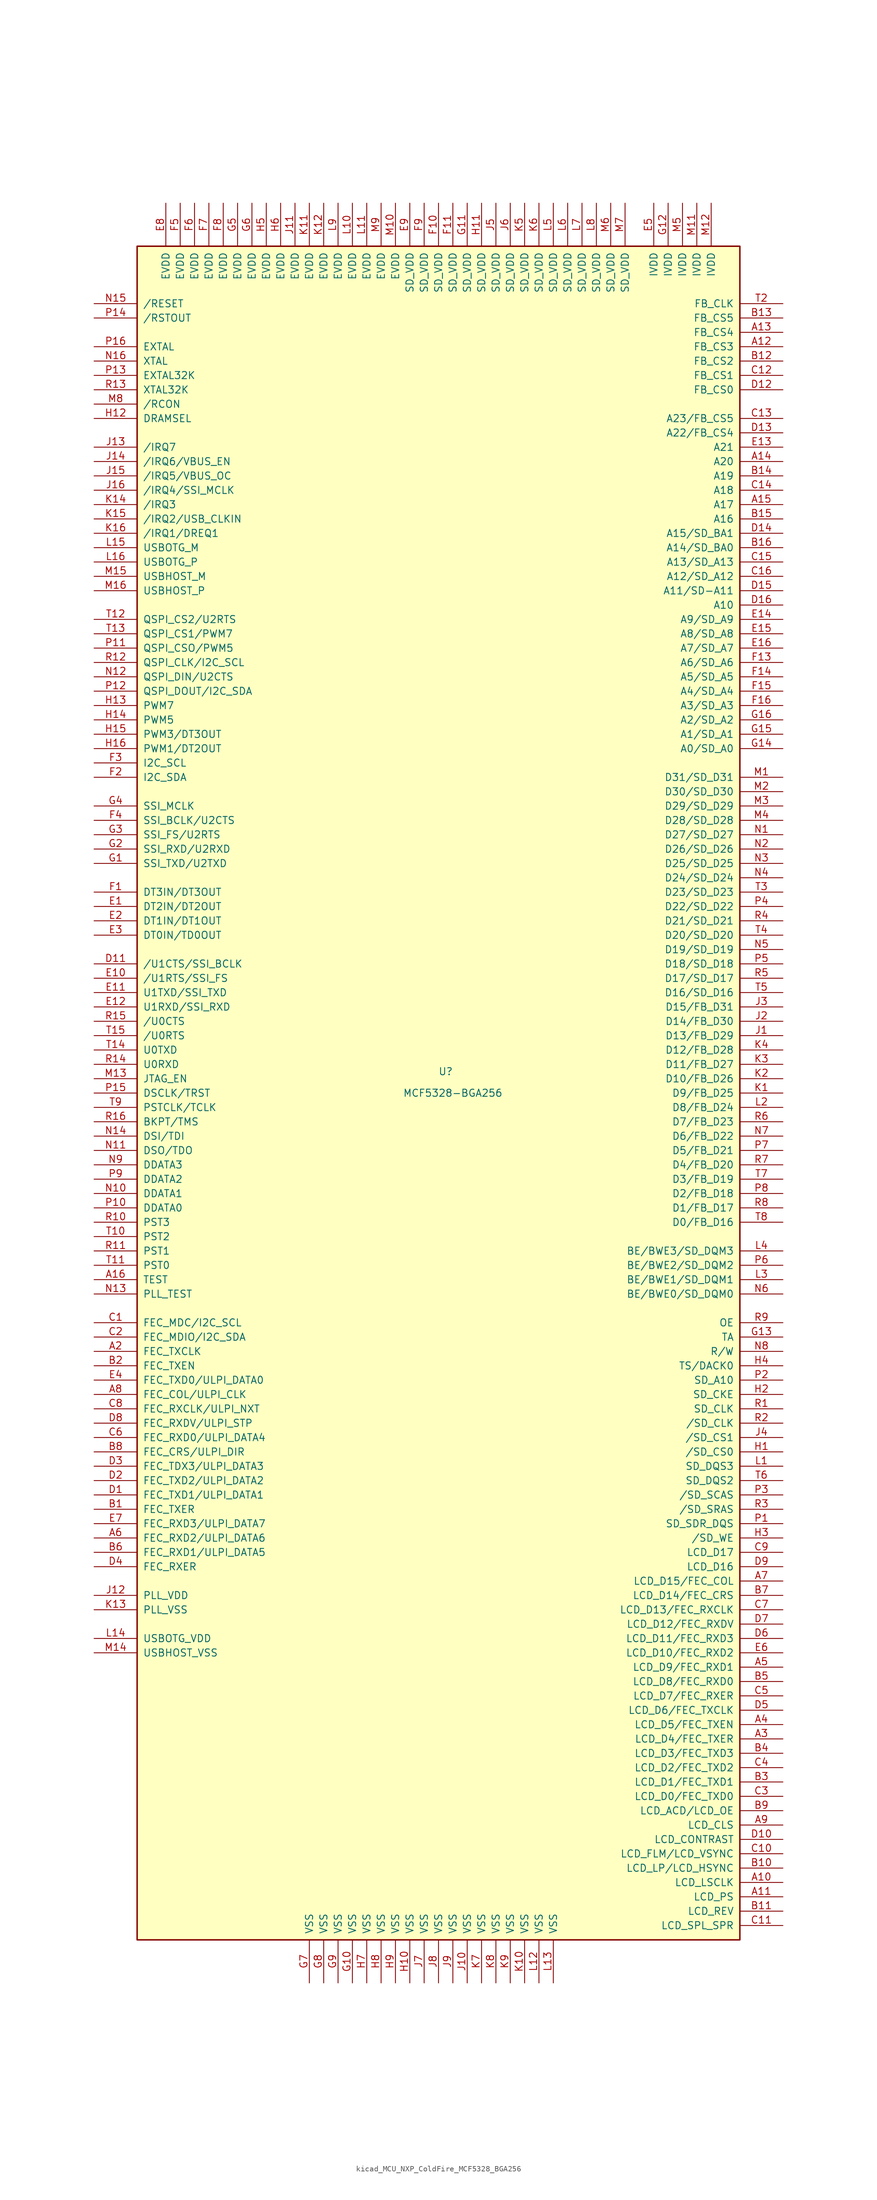
<source format=kicad_sym>
(kicad_symbol_lib
  (version 20220914)
  (generator kicad_symbol_editor)
  (symbol "kicad_MCU_NXP_ColdFire_MCF5328_BGA256"
    (pin_names
      (offset 1.016))
    (property "Reference" "U"
      (at 1.27 3.81 0)
      (effects (font (size 1.27 1.27))))
    (property "Value" "MCF5328-BGA256"
      (at 2.54 0 0)
      (effects (font (size 1.27 1.27))))
    (symbol "kicad_MCU_NXP_ColdFire_MCF5328_BGA256_0_1"
      (rectangle (start -53.34 149.86) (end 53.34 -149.86) (stroke (width 0.254) (type default)) (fill (type background))))
    (symbol "kicad_MCU_NXP_ColdFire_MCF5328_BGA256_1_1"
      (pin output line (at 60.96 -139.7 180) (length 7.62) (name "LCD_LSCLK" (effects (font (size 1.27 1.27)))) (number "A10" (effects (font (size 1.27 1.27)))))
      (pin output line (at 60.96 -142.24 180) (length 7.62) (name "LCD_PS" (effects (font (size 1.27 1.27)))) (number "A11" (effects (font (size 1.27 1.27)))))
      (pin output line (at 60.96 132.08 180) (length 7.62) (name "FB_CS3" (effects (font (size 1.27 1.27)))) (number "A12" (effects (font (size 1.27 1.27)))))
      (pin output line (at 60.96 134.62 180) (length 7.62) (name "FB_CS4" (effects (font (size 1.27 1.27)))) (number "A13" (effects (font (size 1.27 1.27)))))
      (pin output line (at 60.96 111.76 180) (length 7.62) (name "A20" (effects (font (size 1.27 1.27)))) (number "A14" (effects (font (size 1.27 1.27)))))
      (pin output line (at 60.96 104.14 180) (length 7.62) (name "A17" (effects (font (size 1.27 1.27)))) (number "A15" (effects (font (size 1.27 1.27)))))
      (pin input line (at -60.96 -33.02 0) (length 7.62) (name "TEST" (effects (font (size 1.27 1.27)))) (number "A16" (effects (font (size 1.27 1.27)))))
      (pin input line (at -60.96 -45.72 0) (length 7.62) (name "FEC_TXCLK" (effects (font (size 1.27 1.27)))) (number "A2" (effects (font (size 1.27 1.27)))))
      (pin output line (at 60.96 -114.3 180) (length 7.62) (name "LCD_D4/FEC_TXER" (effects (font (size 1.27 1.27)))) (number "A3" (effects (font (size 1.27 1.27)))))
      (pin output line (at 60.96 -111.76 180) (length 7.62) (name "LCD_D5/FEC_TXEN" (effects (font (size 1.27 1.27)))) (number "A4" (effects (font (size 1.27 1.27)))))
      (pin output line (at 60.96 -101.6 180) (length 7.62) (name "LCD_D9/FEC_RXD1" (effects (font (size 1.27 1.27)))) (number "A5" (effects (font (size 1.27 1.27)))))
      (pin input line (at -60.96 -78.74 0) (length 7.62) (name "FEC_RXD2/ULPI_DATA6" (effects (font (size 1.27 1.27)))) (number "A6" (effects (font (size 1.27 1.27)))))
      (pin output line (at 60.96 -86.36 180) (length 7.62) (name "LCD_D15/FEC_COL" (effects (font (size 1.27 1.27)))) (number "A7" (effects (font (size 1.27 1.27)))))
      (pin input line (at -60.96 -53.34 0) (length 7.62) (name "FEC_COL/ULPI_CLK" (effects (font (size 1.27 1.27)))) (number "A8" (effects (font (size 1.27 1.27)))))
      (pin output line (at 60.96 -129.54 180) (length 7.62) (name "LCD_CLS" (effects (font (size 1.27 1.27)))) (number "A9" (effects (font (size 1.27 1.27)))))
      (pin output line (at -60.96 -73.66 0) (length 7.62) (name "FEC_TXER" (effects (font (size 1.27 1.27)))) (number "B1" (effects (font (size 1.27 1.27)))))
      (pin output line (at 60.96 -137.16 180) (length 7.62) (name "LCD_LP/LCD_HSYNC" (effects (font (size 1.27 1.27)))) (number "B10" (effects (font (size 1.27 1.27)))))
      (pin output line (at 60.96 -144.78 180) (length 7.62) (name "LCD_REV" (effects (font (size 1.27 1.27)))) (number "B11" (effects (font (size 1.27 1.27)))))
      (pin output line (at 60.96 129.54 180) (length 7.62) (name "FB_CS2" (effects (font (size 1.27 1.27)))) (number "B12" (effects (font (size 1.27 1.27)))))
      (pin output line (at 60.96 137.16 180) (length 7.62) (name "FB_CS5" (effects (font (size 1.27 1.27)))) (number "B13" (effects (font (size 1.27 1.27)))))
      (pin output line (at 60.96 109.22 180) (length 7.62) (name "A19" (effects (font (size 1.27 1.27)))) (number "B14" (effects (font (size 1.27 1.27)))))
      (pin output line (at 60.96 101.6 180) (length 7.62) (name "A16" (effects (font (size 1.27 1.27)))) (number "B15" (effects (font (size 1.27 1.27)))))
      (pin output line (at 60.96 96.52 180) (length 7.62) (name "A14/SD_BA0" (effects (font (size 1.27 1.27)))) (number "B16" (effects (font (size 1.27 1.27)))))
      (pin output line (at -60.96 -48.26 0) (length 7.62) (name "FEC_TXEN" (effects (font (size 1.27 1.27)))) (number "B2" (effects (font (size 1.27 1.27)))))
      (pin output line (at 60.96 -121.92 180) (length 7.62) (name "LCD_D1/FEC_TXD1" (effects (font (size 1.27 1.27)))) (number "B3" (effects (font (size 1.27 1.27)))))
      (pin output line (at 60.96 -116.84 180) (length 7.62) (name "LCD_D3/FEC_TXD3" (effects (font (size 1.27 1.27)))) (number "B4" (effects (font (size 1.27 1.27)))))
      (pin output line (at 60.96 -104.14 180) (length 7.62) (name "LCD_D8/FEC_RXD0" (effects (font (size 1.27 1.27)))) (number "B5" (effects (font (size 1.27 1.27)))))
      (pin input line (at -60.96 -81.28 0) (length 7.62) (name "FEC_RXD1/ULPI_DATA5" (effects (font (size 1.27 1.27)))) (number "B6" (effects (font (size 1.27 1.27)))))
      (pin output line (at 60.96 -88.9 180) (length 7.62) (name "LCD_D14/FEC_CRS" (effects (font (size 1.27 1.27)))) (number "B7" (effects (font (size 1.27 1.27)))))
      (pin input line (at -60.96 -63.5 0) (length 7.62) (name "FEC_CRS/ULPI_DIR" (effects (font (size 1.27 1.27)))) (number "B8" (effects (font (size 1.27 1.27)))))
      (pin output line (at 60.96 -127 180) (length 7.62) (name "LCD_ACD/LCD_OE" (effects (font (size 1.27 1.27)))) (number "B9" (effects (font (size 1.27 1.27)))))
      (pin output line (at -60.96 -40.64 0) (length 7.62) (name "FEC_MDC/I2C_SCL" (effects (font (size 1.27 1.27)))) (number "C1" (effects (font (size 1.27 1.27)))))
      (pin output line (at 60.96 -134.62 180) (length 7.62) (name "LCD_FLM/LCD_VSYNC" (effects (font (size 1.27 1.27)))) (number "C10" (effects (font (size 1.27 1.27)))))
      (pin output line (at 60.96 -147.32 180) (length 7.62) (name "LCD_SPL_SPR" (effects (font (size 1.27 1.27)))) (number "C11" (effects (font (size 1.27 1.27)))))
      (pin output line (at 60.96 127 180) (length 7.62) (name "FB_CS1" (effects (font (size 1.27 1.27)))) (number "C12" (effects (font (size 1.27 1.27)))))
      (pin output line (at 60.96 119.38 180) (length 7.62) (name "A23/FB_CS5" (effects (font (size 1.27 1.27)))) (number "C13" (effects (font (size 1.27 1.27)))))
      (pin output line (at 60.96 106.68 180) (length 7.62) (name "A18" (effects (font (size 1.27 1.27)))) (number "C14" (effects (font (size 1.27 1.27)))))
      (pin output line (at 60.96 93.98 180) (length 7.62) (name "A13/SD_A13" (effects (font (size 1.27 1.27)))) (number "C15" (effects (font (size 1.27 1.27)))))
      (pin output line (at 60.96 91.44 180) (length 7.62) (name "A12/SD_A12" (effects (font (size 1.27 1.27)))) (number "C16" (effects (font (size 1.27 1.27)))))
      (pin bidirectional line (at -60.96 -43.18 0) (length 7.62) (name "FEC_MDIO/I2C_SDA" (effects (font (size 1.27 1.27)))) (number "C2" (effects (font (size 1.27 1.27)))))
      (pin output line (at 60.96 -124.46 180) (length 7.62) (name "LCD_D0/FEC_TXD0" (effects (font (size 1.27 1.27)))) (number "C3" (effects (font (size 1.27 1.27)))))
      (pin output line (at 60.96 -119.38 180) (length 7.62) (name "LCD_D2/FEC_TXD2" (effects (font (size 1.27 1.27)))) (number "C4" (effects (font (size 1.27 1.27)))))
      (pin output line (at 60.96 -106.68 180) (length 7.62) (name "LCD_D7/FEC_RXER" (effects (font (size 1.27 1.27)))) (number "C5" (effects (font (size 1.27 1.27)))))
      (pin input line (at -60.96 -60.96 0) (length 7.62) (name "FEC_RXD0/ULPI_DATA4" (effects (font (size 1.27 1.27)))) (number "C6" (effects (font (size 1.27 1.27)))))
      (pin output line (at 60.96 -91.44 180) (length 7.62) (name "LCD_D13/FEC_RXCLK" (effects (font (size 1.27 1.27)))) (number "C7" (effects (font (size 1.27 1.27)))))
      (pin input line (at -60.96 -55.88 0) (length 7.62) (name "FEC_RXCLK/ULPI_NXT" (effects (font (size 1.27 1.27)))) (number "C8" (effects (font (size 1.27 1.27)))))
      (pin output line (at 60.96 -81.28 180) (length 7.62) (name "LCD_D17" (effects (font (size 1.27 1.27)))) (number "C9" (effects (font (size 1.27 1.27)))))
      (pin output line (at -60.96 -71.12 0) (length 7.62) (name "FEC_TXD1/ULPI_DATA1" (effects (font (size 1.27 1.27)))) (number "D1" (effects (font (size 1.27 1.27)))))
      (pin output line (at 60.96 -132.08 180) (length 7.62) (name "LCD_CONTRAST" (effects (font (size 1.27 1.27)))) (number "D10" (effects (font (size 1.27 1.27)))))
      (pin input line (at -60.96 22.86 0) (length 7.62) (name "/U1CTS/SSI_BCLK" (effects (font (size 1.27 1.27)))) (number "D11" (effects (font (size 1.27 1.27)))))
      (pin output line (at 60.96 124.46 180) (length 7.62) (name "FB_CS0" (effects (font (size 1.27 1.27)))) (number "D12" (effects (font (size 1.27 1.27)))))
      (pin output line (at 60.96 116.84 180) (length 7.62) (name "A22/FB_CS4" (effects (font (size 1.27 1.27)))) (number "D13" (effects (font (size 1.27 1.27)))))
      (pin output line (at 60.96 99.06 180) (length 7.62) (name "A15/SD_BA1" (effects (font (size 1.27 1.27)))) (number "D14" (effects (font (size 1.27 1.27)))))
      (pin output line (at 60.96 88.9 180) (length 7.62) (name "A11/SD-A11" (effects (font (size 1.27 1.27)))) (number "D15" (effects (font (size 1.27 1.27)))))
      (pin output line (at 60.96 86.36 180) (length 7.62) (name "A10" (effects (font (size 1.27 1.27)))) (number "D16" (effects (font (size 1.27 1.27)))))
      (pin output line (at -60.96 -68.58 0) (length 7.62) (name "FEC_TXD2/ULPI_DATA2" (effects (font (size 1.27 1.27)))) (number "D2" (effects (font (size 1.27 1.27)))))
      (pin output line (at -60.96 -66.04 0) (length 7.62) (name "FEC_TDX3/ULPI_DATA3" (effects (font (size 1.27 1.27)))) (number "D3" (effects (font (size 1.27 1.27)))))
      (pin input line (at -60.96 -83.82 0) (length 7.62) (name "FEC_RXER" (effects (font (size 1.27 1.27)))) (number "D4" (effects (font (size 1.27 1.27)))))
      (pin output line (at 60.96 -109.22 180) (length 7.62) (name "LCD_D6/FEC_TXCLK" (effects (font (size 1.27 1.27)))) (number "D5" (effects (font (size 1.27 1.27)))))
      (pin output line (at 60.96 -96.52 180) (length 7.62) (name "LCD_D11/FEC_RXD3" (effects (font (size 1.27 1.27)))) (number "D6" (effects (font (size 1.27 1.27)))))
      (pin output line (at 60.96 -93.98 180) (length 7.62) (name "LCD_D12/FEC_RXDV" (effects (font (size 1.27 1.27)))) (number "D7" (effects (font (size 1.27 1.27)))))
      (pin input line (at -60.96 -58.42 0) (length 7.62) (name "FEC_RXDV/ULPI_STP" (effects (font (size 1.27 1.27)))) (number "D8" (effects (font (size 1.27 1.27)))))
      (pin output line (at 60.96 -83.82 180) (length 7.62) (name "LCD_D16" (effects (font (size 1.27 1.27)))) (number "D9" (effects (font (size 1.27 1.27)))))
      (pin input line (at -60.96 33.02 0) (length 7.62) (name "DT2IN/DT2OUT" (effects (font (size 1.27 1.27)))) (number "E1" (effects (font (size 1.27 1.27)))))
      (pin output line (at -60.96 20.32 0) (length 7.62) (name "/U1RTS/SSI_FS" (effects (font (size 1.27 1.27)))) (number "E10" (effects (font (size 1.27 1.27)))))
      (pin output line (at -60.96 17.78 0) (length 7.62) (name "U1TXD/SSI_TXD" (effects (font (size 1.27 1.27)))) (number "E11" (effects (font (size 1.27 1.27)))))
      (pin input line (at -60.96 15.24 0) (length 7.62) (name "U1RXD/SSI_RXD" (effects (font (size 1.27 1.27)))) (number "E12" (effects (font (size 1.27 1.27)))))
      (pin output line (at 60.96 114.3 180) (length 7.62) (name "A21" (effects (font (size 1.27 1.27)))) (number "E13" (effects (font (size 1.27 1.27)))))
      (pin output line (at 60.96 83.82 180) (length 7.62) (name "A9/SD_A9" (effects (font (size 1.27 1.27)))) (number "E14" (effects (font (size 1.27 1.27)))))
      (pin output line (at 60.96 81.28 180) (length 7.62) (name "A8/SD_A8" (effects (font (size 1.27 1.27)))) (number "E15" (effects (font (size 1.27 1.27)))))
      (pin output line (at 60.96 78.74 180) (length 7.62) (name "A7/SD_A7" (effects (font (size 1.27 1.27)))) (number "E16" (effects (font (size 1.27 1.27)))))
      (pin input line (at -60.96 30.48 0) (length 7.62) (name "DT1IN/DT1OUT" (effects (font (size 1.27 1.27)))) (number "E2" (effects (font (size 1.27 1.27)))))
      (pin input line (at -60.96 27.94 0) (length 7.62) (name "DT0IN/TD0OUT" (effects (font (size 1.27 1.27)))) (number "E3" (effects (font (size 1.27 1.27)))))
      (pin output line (at -60.96 -50.8 0) (length 7.62) (name "FEC_TXD0/ULPI_DATA0" (effects (font (size 1.27 1.27)))) (number "E4" (effects (font (size 1.27 1.27)))))
      (pin power_in line (at 38.1 157.48 270) (length 7.62) (name "IVDD" (effects (font (size 1.27 1.27)))) (number "E5" (effects (font (size 1.27 1.27)))))
      (pin output line (at 60.96 -99.06 180) (length 7.62) (name "LCD_D10/FEC_RXD2" (effects (font (size 1.27 1.27)))) (number "E6" (effects (font (size 1.27 1.27)))))
      (pin input line (at -60.96 -76.2 0) (length 7.62) (name "FEC_RXD3/ULPI_DATA7" (effects (font (size 1.27 1.27)))) (number "E7" (effects (font (size 1.27 1.27)))))
      (pin power_in line (at -48.26 157.48 270) (length 7.62) (name "EVDD" (effects (font (size 1.27 1.27)))) (number "E8" (effects (font (size 1.27 1.27)))))
      (pin power_in line (at -5.08 157.48 270) (length 7.62) (name "SD_VDD" (effects (font (size 1.27 1.27)))) (number "E9" (effects (font (size 1.27 1.27)))))
      (pin input line (at -60.96 35.56 0) (length 7.62) (name "DT3IN/DT3OUT" (effects (font (size 1.27 1.27)))) (number "F1" (effects (font (size 1.27 1.27)))))
      (pin power_in line (at 0 157.48 270) (length 7.62) (name "SD_VDD" (effects (font (size 1.27 1.27)))) (number "F10" (effects (font (size 1.27 1.27)))))
      (pin power_in line (at 2.54 157.48 270) (length 7.62) (name "SD_VDD" (effects (font (size 1.27 1.27)))) (number "F11" (effects (font (size 1.27 1.27)))))
      (pin output line (at 60.96 76.2 180) (length 7.62) (name "A6/SD_A6" (effects (font (size 1.27 1.27)))) (number "F13" (effects (font (size 1.27 1.27)))))
      (pin output line (at 60.96 73.66 180) (length 7.62) (name "A5/SD_A5" (effects (font (size 1.27 1.27)))) (number "F14" (effects (font (size 1.27 1.27)))))
      (pin output line (at 60.96 71.12 180) (length 7.62) (name "A4/SD_A4" (effects (font (size 1.27 1.27)))) (number "F15" (effects (font (size 1.27 1.27)))))
      (pin output line (at 60.96 68.58 180) (length 7.62) (name "A3/SD_A3" (effects (font (size 1.27 1.27)))) (number "F16" (effects (font (size 1.27 1.27)))))
      (pin bidirectional line (at -60.96 55.88 0) (length 7.62) (name "I2C_SDA" (effects (font (size 1.27 1.27)))) (number "F2" (effects (font (size 1.27 1.27)))))
      (pin bidirectional line (at -60.96 58.42 0) (length 7.62) (name "I2C_SCL" (effects (font (size 1.27 1.27)))) (number "F3" (effects (font (size 1.27 1.27)))))
      (pin bidirectional line (at -60.96 48.26 0) (length 7.62) (name "SSI_BCLK/U2CTS" (effects (font (size 1.27 1.27)))) (number "F4" (effects (font (size 1.27 1.27)))))
      (pin power_in line (at -45.72 157.48 270) (length 7.62) (name "EVDD" (effects (font (size 1.27 1.27)))) (number "F5" (effects (font (size 1.27 1.27)))))
      (pin power_in line (at -43.18 157.48 270) (length 7.62) (name "EVDD" (effects (font (size 1.27 1.27)))) (number "F6" (effects (font (size 1.27 1.27)))))
      (pin power_in line (at -40.64 157.48 270) (length 7.62) (name "EVDD" (effects (font (size 1.27 1.27)))) (number "F7" (effects (font (size 1.27 1.27)))))
      (pin power_in line (at -38.1 157.48 270) (length 7.62) (name "EVDD" (effects (font (size 1.27 1.27)))) (number "F8" (effects (font (size 1.27 1.27)))))
      (pin power_in line (at -2.54 157.48 270) (length 7.62) (name "SD_VDD" (effects (font (size 1.27 1.27)))) (number "F9" (effects (font (size 1.27 1.27)))))
      (pin output line (at -60.96 40.64 0) (length 7.62) (name "SSI_TXD/U2TXD" (effects (font (size 1.27 1.27)))) (number "G1" (effects (font (size 1.27 1.27)))))
      (pin power_in line (at -15.24 -157.48 90) (length 7.62) (name "VSS" (effects (font (size 1.27 1.27)))) (number "G10" (effects (font (size 1.27 1.27)))))
      (pin power_in line (at 5.08 157.48 270) (length 7.62) (name "SD_VDD" (effects (font (size 1.27 1.27)))) (number "G11" (effects (font (size 1.27 1.27)))))
      (pin power_in line (at 40.64 157.48 270) (length 7.62) (name "IVDD" (effects (font (size 1.27 1.27)))) (number "G12" (effects (font (size 1.27 1.27)))))
      (pin input line (at 60.96 -43.18 180) (length 7.62) (name "TA" (effects (font (size 1.27 1.27)))) (number "G13" (effects (font (size 1.27 1.27)))))
      (pin output line (at 60.96 60.96 180) (length 7.62) (name "A0/SD_A0" (effects (font (size 1.27 1.27)))) (number "G14" (effects (font (size 1.27 1.27)))))
      (pin output line (at 60.96 63.5 180) (length 7.62) (name "A1/SD_A1" (effects (font (size 1.27 1.27)))) (number "G15" (effects (font (size 1.27 1.27)))))
      (pin output line (at 60.96 66.04 180) (length 7.62) (name "A2/SD_A2" (effects (font (size 1.27 1.27)))) (number "G16" (effects (font (size 1.27 1.27)))))
      (pin input line (at -60.96 43.18 0) (length 7.62) (name "SSI_RXD/U2RXD" (effects (font (size 1.27 1.27)))) (number "G2" (effects (font (size 1.27 1.27)))))
      (pin bidirectional line (at -60.96 45.72 0) (length 7.62) (name "SSI_FS/U2RTS" (effects (font (size 1.27 1.27)))) (number "G3" (effects (font (size 1.27 1.27)))))
      (pin bidirectional line (at -60.96 50.8 0) (length 7.62) (name "SSI_MCLK" (effects (font (size 1.27 1.27)))) (number "G4" (effects (font (size 1.27 1.27)))))
      (pin power_in line (at -35.56 157.48 270) (length 7.62) (name "EVDD" (effects (font (size 1.27 1.27)))) (number "G5" (effects (font (size 1.27 1.27)))))
      (pin power_in line (at -33.02 157.48 270) (length 7.62) (name "EVDD" (effects (font (size 1.27 1.27)))) (number "G6" (effects (font (size 1.27 1.27)))))
      (pin power_in line (at -22.86 -157.48 90) (length 7.62) (name "VSS" (effects (font (size 1.27 1.27)))) (number "G7" (effects (font (size 1.27 1.27)))))
      (pin power_in line (at -20.32 -157.48 90) (length 7.62) (name "VSS" (effects (font (size 1.27 1.27)))) (number "G8" (effects (font (size 1.27 1.27)))))
      (pin power_in line (at -17.78 -157.48 90) (length 7.62) (name "VSS" (effects (font (size 1.27 1.27)))) (number "G9" (effects (font (size 1.27 1.27)))))
      (pin output line (at 60.96 -63.5 180) (length 7.62) (name "/SD_CS0" (effects (font (size 1.27 1.27)))) (number "H1" (effects (font (size 1.27 1.27)))))
      (pin power_in line (at -5.08 -157.48 90) (length 7.62) (name "VSS" (effects (font (size 1.27 1.27)))) (number "H10" (effects (font (size 1.27 1.27)))))
      (pin power_in line (at 7.62 157.48 270) (length 7.62) (name "SD_VDD" (effects (font (size 1.27 1.27)))) (number "H11" (effects (font (size 1.27 1.27)))))
      (pin input line (at -60.96 119.38 0) (length 7.62) (name "DRAMSEL" (effects (font (size 1.27 1.27)))) (number "H12" (effects (font (size 1.27 1.27)))))
      (pin bidirectional line (at -60.96 68.58 0) (length 7.62) (name "PWM7" (effects (font (size 1.27 1.27)))) (number "H13" (effects (font (size 1.27 1.27)))))
      (pin bidirectional line (at -60.96 66.04 0) (length 7.62) (name "PWM5" (effects (font (size 1.27 1.27)))) (number "H14" (effects (font (size 1.27 1.27)))))
      (pin bidirectional line (at -60.96 63.5 0) (length 7.62) (name "PWM3/DT3OUT" (effects (font (size 1.27 1.27)))) (number "H15" (effects (font (size 1.27 1.27)))))
      (pin bidirectional line (at -60.96 60.96 0) (length 7.62) (name "PWM1/DT2OUT" (effects (font (size 1.27 1.27)))) (number "H16" (effects (font (size 1.27 1.27)))))
      (pin output line (at 60.96 -53.34 180) (length 7.62) (name "SD_CKE" (effects (font (size 1.27 1.27)))) (number "H2" (effects (font (size 1.27 1.27)))))
      (pin output line (at 60.96 -78.74 180) (length 7.62) (name "/SD_WE" (effects (font (size 1.27 1.27)))) (number "H3" (effects (font (size 1.27 1.27)))))
      (pin output line (at 60.96 -48.26 180) (length 7.62) (name "TS/DACK0" (effects (font (size 1.27 1.27)))) (number "H4" (effects (font (size 1.27 1.27)))))
      (pin power_in line (at -30.48 157.48 270) (length 7.62) (name "EVDD" (effects (font (size 1.27 1.27)))) (number "H5" (effects (font (size 1.27 1.27)))))
      (pin power_in line (at -27.94 157.48 270) (length 7.62) (name "EVDD" (effects (font (size 1.27 1.27)))) (number "H6" (effects (font (size 1.27 1.27)))))
      (pin power_in line (at -12.7 -157.48 90) (length 7.62) (name "VSS" (effects (font (size 1.27 1.27)))) (number "H7" (effects (font (size 1.27 1.27)))))
      (pin power_in line (at -10.16 -157.48 90) (length 7.62) (name "VSS" (effects (font (size 1.27 1.27)))) (number "H8" (effects (font (size 1.27 1.27)))))
      (pin power_in line (at -7.62 -157.48 90) (length 7.62) (name "VSS" (effects (font (size 1.27 1.27)))) (number "H9" (effects (font (size 1.27 1.27)))))
      (pin output line (at 60.96 10.16 180) (length 7.62) (name "D13/FB_D29" (effects (font (size 1.27 1.27)))) (number "J1" (effects (font (size 1.27 1.27)))))
      (pin power_in line (at 5.08 -157.48 90) (length 7.62) (name "VSS" (effects (font (size 1.27 1.27)))) (number "J10" (effects (font (size 1.27 1.27)))))
      (pin power_in line (at -25.4 157.48 270) (length 7.62) (name "EVDD" (effects (font (size 1.27 1.27)))) (number "J11" (effects (font (size 1.27 1.27)))))
      (pin power_in line (at -60.96 -88.9 0) (length 7.62) (name "PLL_VDD" (effects (font (size 1.27 1.27)))) (number "J12" (effects (font (size 1.27 1.27)))))
      (pin input line (at -60.96 114.3 0) (length 7.62) (name "/IRQ7" (effects (font (size 1.27 1.27)))) (number "J13" (effects (font (size 1.27 1.27)))))
      (pin input line (at -60.96 111.76 0) (length 7.62) (name "/IRQ6/VBUS_EN" (effects (font (size 1.27 1.27)))) (number "J14" (effects (font (size 1.27 1.27)))))
      (pin input line (at -60.96 109.22 0) (length 7.62) (name "/IRQ5/VBUS_OC" (effects (font (size 1.27 1.27)))) (number "J15" (effects (font (size 1.27 1.27)))))
      (pin input line (at -60.96 106.68 0) (length 7.62) (name "/IRQ4/SSI_MCLK" (effects (font (size 1.27 1.27)))) (number "J16" (effects (font (size 1.27 1.27)))))
      (pin output line (at 60.96 12.7 180) (length 7.62) (name "D14/FB_D30" (effects (font (size 1.27 1.27)))) (number "J2" (effects (font (size 1.27 1.27)))))
      (pin output line (at 60.96 15.24 180) (length 7.62) (name "D15/FB_D31" (effects (font (size 1.27 1.27)))) (number "J3" (effects (font (size 1.27 1.27)))))
      (pin output line (at 60.96 -60.96 180) (length 7.62) (name "/SD_CS1" (effects (font (size 1.27 1.27)))) (number "J4" (effects (font (size 1.27 1.27)))))
      (pin power_in line (at 10.16 157.48 270) (length 7.62) (name "SD_VDD" (effects (font (size 1.27 1.27)))) (number "J5" (effects (font (size 1.27 1.27)))))
      (pin power_in line (at 12.7 157.48 270) (length 7.62) (name "SD_VDD" (effects (font (size 1.27 1.27)))) (number "J6" (effects (font (size 1.27 1.27)))))
      (pin power_in line (at -2.54 -157.48 90) (length 7.62) (name "VSS" (effects (font (size 1.27 1.27)))) (number "J7" (effects (font (size 1.27 1.27)))))
      (pin power_in line (at 0 -157.48 90) (length 7.62) (name "VSS" (effects (font (size 1.27 1.27)))) (number "J8" (effects (font (size 1.27 1.27)))))
      (pin power_in line (at 2.54 -157.48 90) (length 7.62) (name "VSS" (effects (font (size 1.27 1.27)))) (number "J9" (effects (font (size 1.27 1.27)))))
      (pin output line (at 60.96 0 180) (length 7.62) (name "D9/FB_D25" (effects (font (size 1.27 1.27)))) (number "K1" (effects (font (size 1.27 1.27)))))
      (pin power_in line (at 15.24 -157.48 90) (length 7.62) (name "VSS" (effects (font (size 1.27 1.27)))) (number "K10" (effects (font (size 1.27 1.27)))))
      (pin power_in line (at -22.86 157.48 270) (length 7.62) (name "EVDD" (effects (font (size 1.27 1.27)))) (number "K11" (effects (font (size 1.27 1.27)))))
      (pin power_in line (at -20.32 157.48 270) (length 7.62) (name "EVDD" (effects (font (size 1.27 1.27)))) (number "K12" (effects (font (size 1.27 1.27)))))
      (pin power_in line (at -60.96 -91.44 0) (length 7.62) (name "PLL_VSS" (effects (font (size 1.27 1.27)))) (number "K13" (effects (font (size 1.27 1.27)))))
      (pin input line (at -60.96 104.14 0) (length 7.62) (name "/IRQ3" (effects (font (size 1.27 1.27)))) (number "K14" (effects (font (size 1.27 1.27)))))
      (pin input line (at -60.96 101.6 0) (length 7.62) (name "/IRQ2/USB_CLKIN" (effects (font (size 1.27 1.27)))) (number "K15" (effects (font (size 1.27 1.27)))))
      (pin input line (at -60.96 99.06 0) (length 7.62) (name "/IRQ1/DREQ1" (effects (font (size 1.27 1.27)))) (number "K16" (effects (font (size 1.27 1.27)))))
      (pin output line (at 60.96 2.54 180) (length 7.62) (name "D10/FB_D26" (effects (font (size 1.27 1.27)))) (number "K2" (effects (font (size 1.27 1.27)))))
      (pin output line (at 60.96 5.08 180) (length 7.62) (name "D11/FB_D27" (effects (font (size 1.27 1.27)))) (number "K3" (effects (font (size 1.27 1.27)))))
      (pin output line (at 60.96 7.62 180) (length 7.62) (name "D12/FB_D28" (effects (font (size 1.27 1.27)))) (number "K4" (effects (font (size 1.27 1.27)))))
      (pin power_in line (at 15.24 157.48 270) (length 7.62) (name "SD_VDD" (effects (font (size 1.27 1.27)))) (number "K5" (effects (font (size 1.27 1.27)))))
      (pin power_in line (at 17.78 157.48 270) (length 7.62) (name "SD_VDD" (effects (font (size 1.27 1.27)))) (number "K6" (effects (font (size 1.27 1.27)))))
      (pin power_in line (at 7.62 -157.48 90) (length 7.62) (name "VSS" (effects (font (size 1.27 1.27)))) (number "K7" (effects (font (size 1.27 1.27)))))
      (pin power_in line (at 10.16 -157.48 90) (length 7.62) (name "VSS" (effects (font (size 1.27 1.27)))) (number "K8" (effects (font (size 1.27 1.27)))))
      (pin power_in line (at 12.7 -157.48 90) (length 7.62) (name "VSS" (effects (font (size 1.27 1.27)))) (number "K9" (effects (font (size 1.27 1.27)))))
      (pin input line (at 60.96 -66.04 180) (length 7.62) (name "SD_DQS3" (effects (font (size 1.27 1.27)))) (number "L1" (effects (font (size 1.27 1.27)))))
      (pin power_in line (at -15.24 157.48 270) (length 7.62) (name "EVDD" (effects (font (size 1.27 1.27)))) (number "L10" (effects (font (size 1.27 1.27)))))
      (pin power_in line (at -12.7 157.48 270) (length 7.62) (name "EVDD" (effects (font (size 1.27 1.27)))) (number "L11" (effects (font (size 1.27 1.27)))))
      (pin power_in line (at 17.78 -157.48 90) (length 7.62) (name "VSS" (effects (font (size 1.27 1.27)))) (number "L12" (effects (font (size 1.27 1.27)))))
      (pin power_in line (at 20.32 -157.48 90) (length 7.62) (name "VSS" (effects (font (size 1.27 1.27)))) (number "L13" (effects (font (size 1.27 1.27)))))
      (pin power_in line (at -60.96 -96.52 0) (length 7.62) (name "USBOTG_VDD" (effects (font (size 1.27 1.27)))) (number "L14" (effects (font (size 1.27 1.27)))))
      (pin bidirectional line (at -60.96 96.52 0) (length 7.62) (name "USBOTG_M" (effects (font (size 1.27 1.27)))) (number "L15" (effects (font (size 1.27 1.27)))))
      (pin bidirectional line (at -60.96 93.98 0) (length 7.62) (name "USBOTG_P" (effects (font (size 1.27 1.27)))) (number "L16" (effects (font (size 1.27 1.27)))))
      (pin output line (at 60.96 -2.54 180) (length 7.62) (name "D8/FB_D24" (effects (font (size 1.27 1.27)))) (number "L2" (effects (font (size 1.27 1.27)))))
      (pin output line (at 60.96 -33.02 180) (length 7.62) (name "BE/BWE1/SD_DQM1" (effects (font (size 1.27 1.27)))) (number "L3" (effects (font (size 1.27 1.27)))))
      (pin output line (at 60.96 -27.94 180) (length 7.62) (name "BE/BWE3/SD_DQM3" (effects (font (size 1.27 1.27)))) (number "L4" (effects (font (size 1.27 1.27)))))
      (pin power_in line (at 20.32 157.48 270) (length 7.62) (name "SD_VDD" (effects (font (size 1.27 1.27)))) (number "L5" (effects (font (size 1.27 1.27)))))
      (pin power_in line (at 22.86 157.48 270) (length 7.62) (name "SD_VDD" (effects (font (size 1.27 1.27)))) (number "L6" (effects (font (size 1.27 1.27)))))
      (pin power_in line (at 25.4 157.48 270) (length 7.62) (name "SD_VDD" (effects (font (size 1.27 1.27)))) (number "L7" (effects (font (size 1.27 1.27)))))
      (pin power_in line (at 27.94 157.48 270) (length 7.62) (name "SD_VDD" (effects (font (size 1.27 1.27)))) (number "L8" (effects (font (size 1.27 1.27)))))
      (pin power_in line (at -17.78 157.48 270) (length 7.62) (name "EVDD" (effects (font (size 1.27 1.27)))) (number "L9" (effects (font (size 1.27 1.27)))))
      (pin output line (at 60.96 55.88 180) (length 7.62) (name "D31/SD_D31" (effects (font (size 1.27 1.27)))) (number "M1" (effects (font (size 1.27 1.27)))))
      (pin power_in line (at -7.62 157.48 270) (length 7.62) (name "EVDD" (effects (font (size 1.27 1.27)))) (number "M10" (effects (font (size 1.27 1.27)))))
      (pin power_in line (at 45.72 157.48 270) (length 7.62) (name "IVDD" (effects (font (size 1.27 1.27)))) (number "M11" (effects (font (size 1.27 1.27)))))
      (pin power_in line (at 48.26 157.48 270) (length 7.62) (name "IVDD" (effects (font (size 1.27 1.27)))) (number "M12" (effects (font (size 1.27 1.27)))))
      (pin input line (at -60.96 2.54 0) (length 7.62) (name "JTAG_EN" (effects (font (size 1.27 1.27)))) (number "M13" (effects (font (size 1.27 1.27)))))
      (pin power_in line (at -60.96 -99.06 0) (length 7.62) (name "USBHOST_VSS" (effects (font (size 1.27 1.27)))) (number "M14" (effects (font (size 1.27 1.27)))))
      (pin bidirectional line (at -60.96 91.44 0) (length 7.62) (name "USBHOST_M" (effects (font (size 1.27 1.27)))) (number "M15" (effects (font (size 1.27 1.27)))))
      (pin bidirectional line (at -60.96 88.9 0) (length 7.62) (name "USBHOST_P" (effects (font (size 1.27 1.27)))) (number "M16" (effects (font (size 1.27 1.27)))))
      (pin output line (at 60.96 53.34 180) (length 7.62) (name "D30/SD_D30" (effects (font (size 1.27 1.27)))) (number "M2" (effects (font (size 1.27 1.27)))))
      (pin output line (at 60.96 50.8 180) (length 7.62) (name "D29/SD_D29" (effects (font (size 1.27 1.27)))) (number "M3" (effects (font (size 1.27 1.27)))))
      (pin output line (at 60.96 48.26 180) (length 7.62) (name "D28/SD_D28" (effects (font (size 1.27 1.27)))) (number "M4" (effects (font (size 1.27 1.27)))))
      (pin power_in line (at 43.18 157.48 270) (length 7.62) (name "IVDD" (effects (font (size 1.27 1.27)))) (number "M5" (effects (font (size 1.27 1.27)))))
      (pin power_in line (at 30.48 157.48 270) (length 7.62) (name "SD_VDD" (effects (font (size 1.27 1.27)))) (number "M6" (effects (font (size 1.27 1.27)))))
      (pin power_in line (at 33.02 157.48 270) (length 7.62) (name "SD_VDD" (effects (font (size 1.27 1.27)))) (number "M7" (effects (font (size 1.27 1.27)))))
      (pin input line (at -60.96 121.92 0) (length 7.62) (name "/RCON" (effects (font (size 1.27 1.27)))) (number "M8" (effects (font (size 1.27 1.27)))))
      (pin power_in line (at -10.16 157.48 270) (length 7.62) (name "EVDD" (effects (font (size 1.27 1.27)))) (number "M9" (effects (font (size 1.27 1.27)))))
      (pin output line (at 60.96 45.72 180) (length 7.62) (name "D27/SD_D27" (effects (font (size 1.27 1.27)))) (number "N1" (effects (font (size 1.27 1.27)))))
      (pin output line (at -60.96 -17.78 0) (length 7.62) (name "DDATA1" (effects (font (size 1.27 1.27)))) (number "N10" (effects (font (size 1.27 1.27)))))
      (pin output line (at -60.96 -10.16 0) (length 7.62) (name "DSO/TDO" (effects (font (size 1.27 1.27)))) (number "N11" (effects (font (size 1.27 1.27)))))
      (pin input line (at -60.96 73.66 0) (length 7.62) (name "QSPI_DIN/U2CTS" (effects (font (size 1.27 1.27)))) (number "N12" (effects (font (size 1.27 1.27)))))
      (pin input line (at -60.96 -35.56 0) (length 7.62) (name "PLL_TEST" (effects (font (size 1.27 1.27)))) (number "N13" (effects (font (size 1.27 1.27)))))
      (pin input line (at -60.96 -7.62 0) (length 7.62) (name "DSI/TDI" (effects (font (size 1.27 1.27)))) (number "N14" (effects (font (size 1.27 1.27)))))
      (pin input line (at -60.96 139.7 0) (length 7.62) (name "/RESET" (effects (font (size 1.27 1.27)))) (number "N15" (effects (font (size 1.27 1.27)))))
      (pin output line (at -60.96 129.54 0) (length 7.62) (name "XTAL" (effects (font (size 1.27 1.27)))) (number "N16" (effects (font (size 1.27 1.27)))))
      (pin output line (at 60.96 43.18 180) (length 7.62) (name "D26/SD_D26" (effects (font (size 1.27 1.27)))) (number "N2" (effects (font (size 1.27 1.27)))))
      (pin output line (at 60.96 40.64 180) (length 7.62) (name "D25/SD_D25" (effects (font (size 1.27 1.27)))) (number "N3" (effects (font (size 1.27 1.27)))))
      (pin output line (at 60.96 38.1 180) (length 7.62) (name "D24/SD_D24" (effects (font (size 1.27 1.27)))) (number "N4" (effects (font (size 1.27 1.27)))))
      (pin output line (at 60.96 25.4 180) (length 7.62) (name "D19/SD_D19" (effects (font (size 1.27 1.27)))) (number "N5" (effects (font (size 1.27 1.27)))))
      (pin output line (at 60.96 -35.56 180) (length 7.62) (name "BE/BWE0/SD_DQM0" (effects (font (size 1.27 1.27)))) (number "N6" (effects (font (size 1.27 1.27)))))
      (pin output line (at 60.96 -7.62 180) (length 7.62) (name "D6/FB_D22" (effects (font (size 1.27 1.27)))) (number "N7" (effects (font (size 1.27 1.27)))))
      (pin output line (at 60.96 -45.72 180) (length 7.62) (name "R/W" (effects (font (size 1.27 1.27)))) (number "N8" (effects (font (size 1.27 1.27)))))
      (pin output line (at -60.96 -12.7 0) (length 7.62) (name "DDATA3" (effects (font (size 1.27 1.27)))) (number "N9" (effects (font (size 1.27 1.27)))))
      (pin output line (at 60.96 -76.2 180) (length 7.62) (name "SD_SDR_DQS" (effects (font (size 1.27 1.27)))) (number "P1" (effects (font (size 1.27 1.27)))))
      (pin output line (at -60.96 -20.32 0) (length 7.62) (name "DDATA0" (effects (font (size 1.27 1.27)))) (number "P10" (effects (font (size 1.27 1.27)))))
      (pin output line (at -60.96 78.74 0) (length 7.62) (name "QSPI_CSO/PWM5" (effects (font (size 1.27 1.27)))) (number "P11" (effects (font (size 1.27 1.27)))))
      (pin output line (at -60.96 71.12 0) (length 7.62) (name "QSPI_DOUT/I2C_SDA" (effects (font (size 1.27 1.27)))) (number "P12" (effects (font (size 1.27 1.27)))))
      (pin input line (at -60.96 127 0) (length 7.62) (name "EXTAL32K" (effects (font (size 1.27 1.27)))) (number "P13" (effects (font (size 1.27 1.27)))))
      (pin output line (at -60.96 137.16 0) (length 7.62) (name "/RSTOUT" (effects (font (size 1.27 1.27)))) (number "P14" (effects (font (size 1.27 1.27)))))
      (pin input line (at -60.96 0 0) (length 7.62) (name "DSCLK/TRST" (effects (font (size 1.27 1.27)))) (number "P15" (effects (font (size 1.27 1.27)))))
      (pin input line (at -60.96 132.08 0) (length 7.62) (name "EXTAL" (effects (font (size 1.27 1.27)))) (number "P16" (effects (font (size 1.27 1.27)))))
      (pin output line (at 60.96 -50.8 180) (length 7.62) (name "SD_A10" (effects (font (size 1.27 1.27)))) (number "P2" (effects (font (size 1.27 1.27)))))
      (pin output line (at 60.96 -71.12 180) (length 7.62) (name "/SD_SCAS" (effects (font (size 1.27 1.27)))) (number "P3" (effects (font (size 1.27 1.27)))))
      (pin output line (at 60.96 33.02 180) (length 7.62) (name "D22/SD_D22" (effects (font (size 1.27 1.27)))) (number "P4" (effects (font (size 1.27 1.27)))))
      (pin output line (at 60.96 22.86 180) (length 7.62) (name "D18/SD_D18" (effects (font (size 1.27 1.27)))) (number "P5" (effects (font (size 1.27 1.27)))))
      (pin output line (at 60.96 -30.48 180) (length 7.62) (name "BE/BWE2/SD_DQM2" (effects (font (size 1.27 1.27)))) (number "P6" (effects (font (size 1.27 1.27)))))
      (pin output line (at 60.96 -10.16 180) (length 7.62) (name "D5/FB_D21" (effects (font (size 1.27 1.27)))) (number "P7" (effects (font (size 1.27 1.27)))))
      (pin output line (at 60.96 -17.78 180) (length 7.62) (name "D2/FB_D18" (effects (font (size 1.27 1.27)))) (number "P8" (effects (font (size 1.27 1.27)))))
      (pin output line (at -60.96 -15.24 0) (length 7.62) (name "DDATA2" (effects (font (size 1.27 1.27)))) (number "P9" (effects (font (size 1.27 1.27)))))
      (pin output line (at 60.96 -55.88 180) (length 7.62) (name "SD_CLK" (effects (font (size 1.27 1.27)))) (number "R1" (effects (font (size 1.27 1.27)))))
      (pin output line (at -60.96 -22.86 0) (length 7.62) (name "PST3" (effects (font (size 1.27 1.27)))) (number "R10" (effects (font (size 1.27 1.27)))))
      (pin output line (at -60.96 -27.94 0) (length 7.62) (name "PST1" (effects (font (size 1.27 1.27)))) (number "R11" (effects (font (size 1.27 1.27)))))
      (pin output line (at -60.96 76.2 0) (length 7.62) (name "QSPI_CLK/I2C_SCL" (effects (font (size 1.27 1.27)))) (number "R12" (effects (font (size 1.27 1.27)))))
      (pin output line (at -60.96 124.46 0) (length 7.62) (name "XTAL32K" (effects (font (size 1.27 1.27)))) (number "R13" (effects (font (size 1.27 1.27)))))
      (pin input line (at -60.96 5.08 0) (length 7.62) (name "U0RXD" (effects (font (size 1.27 1.27)))) (number "R14" (effects (font (size 1.27 1.27)))))
      (pin input line (at -60.96 12.7 0) (length 7.62) (name "/U0CTS" (effects (font (size 1.27 1.27)))) (number "R15" (effects (font (size 1.27 1.27)))))
      (pin input line (at -60.96 -5.08 0) (length 7.62) (name "BKPT/TMS" (effects (font (size 1.27 1.27)))) (number "R16" (effects (font (size 1.27 1.27)))))
      (pin output line (at 60.96 -58.42 180) (length 7.62) (name "/SD_CLK" (effects (font (size 1.27 1.27)))) (number "R2" (effects (font (size 1.27 1.27)))))
      (pin output line (at 60.96 -73.66 180) (length 7.62) (name "/SD_SRAS" (effects (font (size 1.27 1.27)))) (number "R3" (effects (font (size 1.27 1.27)))))
      (pin output line (at 60.96 30.48 180) (length 7.62) (name "D21/SD_D21" (effects (font (size 1.27 1.27)))) (number "R4" (effects (font (size 1.27 1.27)))))
      (pin output line (at 60.96 20.32 180) (length 7.62) (name "D17/SD_D17" (effects (font (size 1.27 1.27)))) (number "R5" (effects (font (size 1.27 1.27)))))
      (pin output line (at 60.96 -5.08 180) (length 7.62) (name "D7/FB_D23" (effects (font (size 1.27 1.27)))) (number "R6" (effects (font (size 1.27 1.27)))))
      (pin output line (at 60.96 -12.7 180) (length 7.62) (name "D4/FB_D20" (effects (font (size 1.27 1.27)))) (number "R7" (effects (font (size 1.27 1.27)))))
      (pin output line (at 60.96 -20.32 180) (length 7.62) (name "D1/FB_D17" (effects (font (size 1.27 1.27)))) (number "R8" (effects (font (size 1.27 1.27)))))
      (pin output line (at 60.96 -40.64 180) (length 7.62) (name "OE" (effects (font (size 1.27 1.27)))) (number "R9" (effects (font (size 1.27 1.27)))))
      (pin output line (at -60.96 -25.4 0) (length 7.62) (name "PST2" (effects (font (size 1.27 1.27)))) (number "T10" (effects (font (size 1.27 1.27)))))
      (pin output line (at -60.96 -30.48 0) (length 7.62) (name "PST0" (effects (font (size 1.27 1.27)))) (number "T11" (effects (font (size 1.27 1.27)))))
      (pin output line (at -60.96 83.82 0) (length 7.62) (name "QSPI_CS2/U2RTS" (effects (font (size 1.27 1.27)))) (number "T12" (effects (font (size 1.27 1.27)))))
      (pin output line (at -60.96 81.28 0) (length 7.62) (name "QSPI_CS1/PWM7" (effects (font (size 1.27 1.27)))) (number "T13" (effects (font (size 1.27 1.27)))))
      (pin output line (at -60.96 7.62 0) (length 7.62) (name "U0TXD" (effects (font (size 1.27 1.27)))) (number "T14" (effects (font (size 1.27 1.27)))))
      (pin output line (at -60.96 10.16 0) (length 7.62) (name "/U0RTS" (effects (font (size 1.27 1.27)))) (number "T15" (effects (font (size 1.27 1.27)))))
      (pin output line (at 60.96 139.7 180) (length 7.62) (name "FB_CLK" (effects (font (size 1.27 1.27)))) (number "T2" (effects (font (size 1.27 1.27)))))
      (pin output line (at 60.96 35.56 180) (length 7.62) (name "D23/SD_D23" (effects (font (size 1.27 1.27)))) (number "T3" (effects (font (size 1.27 1.27)))))
      (pin output line (at 60.96 27.94 180) (length 7.62) (name "D20/SD_D20" (effects (font (size 1.27 1.27)))) (number "T4" (effects (font (size 1.27 1.27)))))
      (pin output line (at 60.96 17.78 180) (length 7.62) (name "D16/SD_D16" (effects (font (size 1.27 1.27)))) (number "T5" (effects (font (size 1.27 1.27)))))
      (pin input line (at 60.96 -68.58 180) (length 7.62) (name "SD_DQS2" (effects (font (size 1.27 1.27)))) (number "T6" (effects (font (size 1.27 1.27)))))
      (pin output line (at 60.96 -15.24 180) (length 7.62) (name "D3/FB_D19" (effects (font (size 1.27 1.27)))) (number "T7" (effects (font (size 1.27 1.27)))))
      (pin output line (at 60.96 -22.86 180) (length 7.62) (name "D0/FB_D16" (effects (font (size 1.27 1.27)))) (number "T8" (effects (font (size 1.27 1.27)))))
      (pin output line (at -60.96 -2.54 0) (length 7.62) (name "PSTCLK/TCLK" (effects (font (size 1.27 1.27)))) (number "T9" (effects (font (size 1.27 1.27))))))))
</source>
